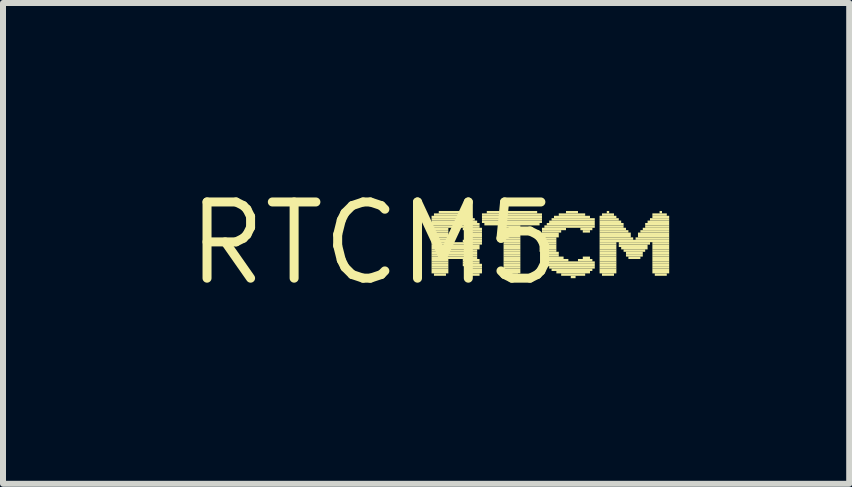
<source format=kicad_pcb>
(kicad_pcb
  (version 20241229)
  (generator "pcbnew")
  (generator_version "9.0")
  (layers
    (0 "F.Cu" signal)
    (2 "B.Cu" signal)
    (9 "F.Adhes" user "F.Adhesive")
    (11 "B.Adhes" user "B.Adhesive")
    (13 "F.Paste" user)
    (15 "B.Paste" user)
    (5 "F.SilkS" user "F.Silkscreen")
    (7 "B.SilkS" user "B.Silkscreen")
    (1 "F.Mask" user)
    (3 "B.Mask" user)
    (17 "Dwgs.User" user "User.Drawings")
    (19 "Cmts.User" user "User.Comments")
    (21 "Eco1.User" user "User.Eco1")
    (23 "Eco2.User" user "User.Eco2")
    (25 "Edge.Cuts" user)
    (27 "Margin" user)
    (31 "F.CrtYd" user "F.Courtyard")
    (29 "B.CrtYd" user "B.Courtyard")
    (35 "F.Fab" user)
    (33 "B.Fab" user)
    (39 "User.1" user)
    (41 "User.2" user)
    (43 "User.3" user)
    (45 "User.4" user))
  (footprint "RTCM5"
    (layer "F.Cu")
    (at 3.182 1.006)
    (property "Reference" "RTCM5" (at 0 0 0) (layer "F.SilkS") (effects (font (size 1.27 1.27) (thickness 0.15))))
    (attr through_hole)
    (fp_poly (pts (xy 0.96 -0.42) (xy 1.64 -0.42) (xy 1.64 -0.46) (xy 0.96 -0.46)) (stroke (width 0) (type solid)) (fill yes) (layer "F.SilkS"))
    (fp_poly (pts (xy 0.96 -0.38) (xy 1.68 -0.38) (xy 1.68 -0.42) (xy 0.96 -0.42)) (stroke (width 0) (type solid)) (fill yes) (layer "F.SilkS"))
    (fp_poly (pts (xy 0.96 -0.34) (xy 1.72 -0.34) (xy 1.72 -0.38) (xy 0.96 -0.38)) (stroke (width 0) (type solid)) (fill yes) (layer "F.SilkS"))
    (fp_poly (pts (xy 0.96 -0.3) (xy 1.76 -0.3) (xy 1.76 -0.34) (xy 0.96 -0.34)) (stroke (width 0) (type solid)) (fill yes) (layer "F.SilkS"))
    (fp_poly (pts (xy 0.96 -0.26) (xy 1.76 -0.26) (xy 1.76 -0.3) (xy 0.96 -0.3)) (stroke (width 0) (type solid)) (fill yes) (layer "F.SilkS"))
    (fp_poly (pts (xy 0.96 -0.22) (xy 1.24 -0.22) (xy 1.24 -0.26) (xy 0.96 -0.26)) (stroke (width 0) (type solid)) (fill yes) (layer "F.SilkS"))
    (fp_poly (pts (xy 0.96 -0.18) (xy 1.24 -0.18) (xy 1.24 -0.22) (xy 0.96 -0.22)) (stroke (width 0) (type solid)) (fill yes) (layer "F.SilkS"))
    (fp_poly (pts (xy 0.96 -0.14) (xy 1.24 -0.14) (xy 1.24 -0.18) (xy 0.96 -0.18)) (stroke (width 0) (type solid)) (fill yes) (layer "F.SilkS"))
    (fp_poly (pts (xy 0.96 -0.1) (xy 1.24 -0.1) (xy 1.24 -0.14) (xy 0.96 -0.14)) (stroke (width 0) (type solid)) (fill yes) (layer "F.SilkS"))
    (fp_poly (pts (xy 0.96 -0.06) (xy 1.24 -0.06) (xy 1.24 -0.1) (xy 0.96 -0.1)) (stroke (width 0) (type solid)) (fill yes) (layer "F.SilkS"))
    (fp_poly (pts (xy 0.96 -0.02) (xy 1.24 -0.02) (xy 1.24 -0.06) (xy 0.96 -0.06)) (stroke (width 0) (type solid)) (fill yes) (layer "F.SilkS"))
    (fp_poly (pts (xy 0.96 0.02) (xy 1.8 0.02) (xy 1.8 -0.02) (xy 0.96 -0.02)) (stroke (width 0) (type solid)) (fill yes) (layer "F.SilkS"))
    (fp_poly (pts (xy 0.96 0.06) (xy 1.76 0.06) (xy 1.76 0.02) (xy 0.96 0.02)) (stroke (width 0) (type solid)) (fill yes) (layer "F.SilkS"))
    (fp_poly (pts (xy 0.96 0.1) (xy 1.76 0.1) (xy 1.76 0.06) (xy 0.96 0.06)) (stroke (width 0) (type solid)) (fill yes) (layer "F.SilkS"))
    (fp_poly (pts (xy 0.96 0.14) (xy 1.72 0.14) (xy 1.72 0.1) (xy 0.96 0.1)) (stroke (width 0) (type solid)) (fill yes) (layer "F.SilkS"))
    (fp_poly (pts (xy 0.96 0.18) (xy 1.72 0.18) (xy 1.72 0.14) (xy 0.96 0.14)) (stroke (width 0) (type solid)) (fill yes) (layer "F.SilkS"))
    (fp_poly (pts (xy 0.96 0.22) (xy 1.72 0.22) (xy 1.72 0.18) (xy 0.96 0.18)) (stroke (width 0) (type solid)) (fill yes) (layer "F.SilkS"))
    (fp_poly (pts (xy 0.96 0.26) (xy 1.72 0.26) (xy 1.72 0.22) (xy 0.96 0.22)) (stroke (width 0) (type solid)) (fill yes) (layer "F.SilkS"))
    (fp_poly (pts (xy 0.96 0.3) (xy 1.24 0.3) (xy 1.24 0.26) (xy 0.96 0.26)) (stroke (width 0) (type solid)) (fill yes) (layer "F.SilkS"))
    (fp_poly (pts (xy 0.96 0.34) (xy 1.24 0.34) (xy 1.24 0.3) (xy 0.96 0.3)) (stroke (width 0) (type solid)) (fill yes) (layer "F.SilkS"))
    (fp_poly (pts (xy 0.96 0.38) (xy 1.24 0.38) (xy 1.24 0.34) (xy 0.96 0.34)) (stroke (width 0) (type solid)) (fill yes) (layer "F.SilkS"))
    (fp_poly (pts (xy 0.96 0.42) (xy 1.24 0.42) (xy 1.24 0.38) (xy 0.96 0.38)) (stroke (width 0) (type solid)) (fill yes) (layer "F.SilkS"))
    (fp_poly (pts (xy 0.96 0.46) (xy 1.24 0.46) (xy 1.24 0.42) (xy 0.96 0.42)) (stroke (width 0) (type solid)) (fill yes) (layer "F.SilkS"))
    (fp_poly (pts (xy 0.96 0.5) (xy 1.24 0.5) (xy 1.24 0.46) (xy 0.96 0.46)) (stroke (width 0) (type solid)) (fill yes) (layer "F.SilkS"))
    (fp_poly (pts (xy 1 -0.46) (xy 1.6 -0.46) (xy 1.6 -0.5) (xy 1 -0.5)) (stroke (width 0) (type solid)) (fill yes) (layer "F.SilkS"))
    (fp_poly (pts (xy 1 0.54) (xy 1.2 0.54) (xy 1.2 0.5) (xy 1 0.5)) (stroke (width 0) (type solid)) (fill yes) (layer "F.SilkS"))
    (fp_poly (pts (xy 1.08 -0.5) (xy 1.44 -0.5) (xy 1.44 -0.54) (xy 1.08 -0.54)) (stroke (width 0) (type solid)) (fill yes) (layer "F.SilkS"))
    (fp_poly (pts (xy 1.48 -0.22) (xy 1.8 -0.22) (xy 1.8 -0.26) (xy 1.48 -0.26)) (stroke (width 0) (type solid)) (fill yes) (layer "F.SilkS"))
    (fp_poly (pts (xy 1.48 -0.02) (xy 1.8 -0.02) (xy 1.8 -0.06) (xy 1.48 -0.06)) (stroke (width 0) (type solid)) (fill yes) (layer "F.SilkS"))
    (fp_poly (pts (xy 1.48 0.3) (xy 1.76 0.3) (xy 1.76 0.26) (xy 1.48 0.26)) (stroke (width 0) (type solid)) (fill yes) (layer "F.SilkS"))
    (fp_poly (pts (xy 1.48 0.34) (xy 1.76 0.34) (xy 1.76 0.3) (xy 1.48 0.3)) (stroke (width 0) (type solid)) (fill yes) (layer "F.SilkS"))
    (fp_poly (pts (xy 1.48 0.38) (xy 1.8 0.38) (xy 1.8 0.34) (xy 1.48 0.34)) (stroke (width 0) (type solid)) (fill yes) (layer "F.SilkS"))
    (fp_poly (pts (xy 1.52 -0.18) (xy 1.8 -0.18) (xy 1.8 -0.22) (xy 1.52 -0.22)) (stroke (width 0) (type solid)) (fill yes) (layer "F.SilkS"))
    (fp_poly (pts (xy 1.52 -0.14) (xy 1.8 -0.14) (xy 1.8 -0.18) (xy 1.52 -0.18)) (stroke (width 0) (type solid)) (fill yes) (layer "F.SilkS"))
    (fp_poly (pts (xy 1.52 -0.1) (xy 1.8 -0.1) (xy 1.8 -0.14) (xy 1.52 -0.14)) (stroke (width 0) (type solid)) (fill yes) (layer "F.SilkS"))
    (fp_poly (pts (xy 1.52 -0.06) (xy 1.8 -0.06) (xy 1.8 -0.1) (xy 1.52 -0.1)) (stroke (width 0) (type solid)) (fill yes) (layer "F.SilkS"))
    (fp_poly (pts (xy 1.52 0.42) (xy 1.8 0.42) (xy 1.8 0.38) (xy 1.52 0.38)) (stroke (width 0) (type solid)) (fill yes) (layer "F.SilkS"))
    (fp_poly (pts (xy 1.52 0.46) (xy 1.8 0.46) (xy 1.8 0.42) (xy 1.52 0.42)) (stroke (width 0) (type solid)) (fill yes) (layer "F.SilkS"))
    (fp_poly (pts (xy 1.56 0.5) (xy 1.8 0.5) (xy 1.8 0.46) (xy 1.56 0.46)) (stroke (width 0) (type solid)) (fill yes) (layer "F.SilkS"))
    (fp_poly (pts (xy 1.56 0.54) (xy 1.76 0.54) (xy 1.76 0.5) (xy 1.56 0.5)) (stroke (width 0) (type solid)) (fill yes) (layer "F.SilkS"))
    (fp_poly (pts (xy 1.8 -0.46) (xy 2.8 -0.46) (xy 2.8 -0.5) (xy 1.8 -0.5)) (stroke (width 0) (type solid)) (fill yes) (layer "F.SilkS"))
    (fp_poly (pts (xy 1.8 -0.42) (xy 2.8 -0.42) (xy 2.8 -0.46) (xy 1.8 -0.46)) (stroke (width 0) (type solid)) (fill yes) (layer "F.SilkS"))
    (fp_poly (pts (xy 1.8 -0.38) (xy 2.8 -0.38) (xy 2.8 -0.42) (xy 1.8 -0.42)) (stroke (width 0) (type solid)) (fill yes) (layer "F.SilkS"))
    (fp_poly (pts (xy 1.8 -0.34) (xy 2.8 -0.34) (xy 2.8 -0.38) (xy 1.8 -0.38)) (stroke (width 0) (type solid)) (fill yes) (layer "F.SilkS"))
    (fp_poly (pts (xy 1.84 -0.3) (xy 2.76 -0.3) (xy 2.76 -0.34) (xy 1.84 -0.34)) (stroke (width 0) (type solid)) (fill yes) (layer "F.SilkS"))
    (fp_poly (pts (xy 1.88 -0.5) (xy 2.72 -0.5) (xy 2.72 -0.54) (xy 1.88 -0.54)) (stroke (width 0) (type solid)) (fill yes) (layer "F.SilkS"))
    (fp_poly (pts (xy 2.16 -0.26) (xy 2.44 -0.26) (xy 2.44 -0.3) (xy 2.16 -0.3)) (stroke (width 0) (type solid)) (fill yes) (layer "F.SilkS"))
    (fp_poly (pts (xy 2.16 -0.22) (xy 2.44 -0.22) (xy 2.44 -0.26) (xy 2.16 -0.26)) (stroke (width 0) (type solid)) (fill yes) (layer "F.SilkS"))
    (fp_poly (pts (xy 2.16 -0.18) (xy 2.44 -0.18) (xy 2.44 -0.22) (xy 2.16 -0.22)) (stroke (width 0) (type solid)) (fill yes) (layer "F.SilkS"))
    (fp_poly (pts (xy 2.16 -0.14) (xy 2.44 -0.14) (xy 2.44 -0.18) (xy 2.16 -0.18)) (stroke (width 0) (type solid)) (fill yes) (layer "F.SilkS"))
    (fp_poly (pts (xy 2.16 -0.1) (xy 2.44 -0.1) (xy 2.44 -0.14) (xy 2.16 -0.14)) (stroke (width 0) (type solid)) (fill yes) (layer "F.SilkS"))
    (fp_poly (pts (xy 2.16 -0.06) (xy 2.44 -0.06) (xy 2.44 -0.1) (xy 2.16 -0.1)) (stroke (width 0) (type solid)) (fill yes) (layer "F.SilkS"))
    (fp_poly (pts (xy 2.16 -0.02) (xy 2.44 -0.02) (xy 2.44 -0.06) (xy 2.16 -0.06)) (stroke (width 0) (type solid)) (fill yes) (layer "F.SilkS"))
    (fp_poly (pts (xy 2.16 0.02) (xy 2.44 0.02) (xy 2.44 -0.02) (xy 2.16 -0.02)) (stroke (width 0) (type solid)) (fill yes) (layer "F.SilkS"))
    (fp_poly (pts (xy 2.16 0.06) (xy 2.44 0.06) (xy 2.44 0.02) (xy 2.16 0.02)) (stroke (width 0) (type solid)) (fill yes) (layer "F.SilkS"))
    (fp_poly (pts (xy 2.16 0.1) (xy 2.44 0.1) (xy 2.44 0.06) (xy 2.16 0.06)) (stroke (width 0) (type solid)) (fill yes) (layer "F.SilkS"))
    (fp_poly (pts (xy 2.16 0.14) (xy 2.44 0.14) (xy 2.44 0.1) (xy 2.16 0.1)) (stroke (width 0) (type solid)) (fill yes) (layer "F.SilkS"))
    (fp_poly (pts (xy 2.16 0.18) (xy 2.44 0.18) (xy 2.44 0.14) (xy 2.16 0.14)) (stroke (width 0) (type solid)) (fill yes) (layer "F.SilkS"))
    (fp_poly (pts (xy 2.16 0.22) (xy 2.44 0.22) (xy 2.44 0.18) (xy 2.16 0.18)) (stroke (width 0) (type solid)) (fill yes) (layer "F.SilkS"))
    (fp_poly (pts (xy 2.16 0.26) (xy 2.44 0.26) (xy 2.44 0.22) (xy 2.16 0.22)) (stroke (width 0) (type solid)) (fill yes) (layer "F.SilkS"))
    (fp_poly (pts (xy 2.16 0.3) (xy 2.44 0.3) (xy 2.44 0.26) (xy 2.16 0.26)) (stroke (width 0) (type solid)) (fill yes) (layer "F.SilkS"))
    (fp_poly (pts (xy 2.16 0.34) (xy 2.44 0.34) (xy 2.44 0.3) (xy 2.16 0.3)) (stroke (width 0) (type solid)) (fill yes) (layer "F.SilkS"))
    (fp_poly (pts (xy 2.16 0.38) (xy 2.44 0.38) (xy 2.44 0.34) (xy 2.16 0.34)) (stroke (width 0) (type solid)) (fill yes) (layer "F.SilkS"))
    (fp_poly (pts (xy 2.16 0.42) (xy 2.44 0.42) (xy 2.44 0.38) (xy 2.16 0.38)) (stroke (width 0) (type solid)) (fill yes) (layer "F.SilkS"))
    (fp_poly (pts (xy 2.16 0.46) (xy 2.44 0.46) (xy 2.44 0.42) (xy 2.16 0.42)) (stroke (width 0) (type solid)) (fill yes) (layer "F.SilkS"))
    (fp_poly (pts (xy 2.16 0.5) (xy 2.44 0.5) (xy 2.44 0.46) (xy 2.16 0.46)) (stroke (width 0) (type solid)) (fill yes) (layer "F.SilkS"))
    (fp_poly (pts (xy 2.2 0.54) (xy 2.4 0.54) (xy 2.4 0.5) (xy 2.2 0.5)) (stroke (width 0) (type solid)) (fill yes) (layer "F.SilkS"))
    (fp_poly (pts (xy 2.76 -0.1) (xy 3.08 -0.1) (xy 3.08 -0.14) (xy 2.76 -0.14)) (stroke (width 0) (type solid)) (fill yes) (layer "F.SilkS"))
    (fp_poly (pts (xy 2.76 -0.06) (xy 3.04 -0.06) (xy 3.04 -0.1) (xy 2.76 -0.1)) (stroke (width 0) (type solid)) (fill yes) (layer "F.SilkS"))
    (fp_poly (pts (xy 2.76 -0.02) (xy 3.04 -0.02) (xy 3.04 -0.06) (xy 2.76 -0.06)) (stroke (width 0) (type solid)) (fill yes) (layer "F.SilkS"))
    (fp_poly (pts (xy 2.76 0.02) (xy 3.04 0.02) (xy 3.04 -0.02) (xy 2.76 -0.02)) (stroke (width 0) (type solid)) (fill yes) (layer "F.SilkS"))
    (fp_poly (pts (xy 2.76 0.06) (xy 3.04 0.06) (xy 3.04 0.02) (xy 2.76 0.02)) (stroke (width 0) (type solid)) (fill yes) (layer "F.SilkS"))
    (fp_poly (pts (xy 2.76 0.1) (xy 3.04 0.1) (xy 3.04 0.06) (xy 2.76 0.06)) (stroke (width 0) (type solid)) (fill yes) (layer "F.SilkS"))
    (fp_poly (pts (xy 2.76 0.14) (xy 3.04 0.14) (xy 3.04 0.1) (xy 2.76 0.1)) (stroke (width 0) (type solid)) (fill yes) (layer "F.SilkS"))
    (fp_poly (pts (xy 2.8 -0.22) (xy 3.2 -0.22) (xy 3.2 -0.26) (xy 2.8 -0.26)) (stroke (width 0) (type solid)) (fill yes) (layer "F.SilkS"))
    (fp_poly (pts (xy 2.8 -0.18) (xy 3.12 -0.18) (xy 3.12 -0.22) (xy 2.8 -0.22)) (stroke (width 0) (type solid)) (fill yes) (layer "F.SilkS"))
    (fp_poly (pts (xy 2.8 -0.14) (xy 3.08 -0.14) (xy 3.08 -0.18) (xy 2.8 -0.18)) (stroke (width 0) (type solid)) (fill yes) (layer "F.SilkS"))
    (fp_poly (pts (xy 2.8 0.18) (xy 3.08 0.18) (xy 3.08 0.14) (xy 2.8 0.14)) (stroke (width 0) (type solid)) (fill yes) (layer "F.SilkS"))
    (fp_poly (pts (xy 2.8 0.22) (xy 3.08 0.22) (xy 3.08 0.18) (xy 2.8 0.18)) (stroke (width 0) (type solid)) (fill yes) (layer "F.SilkS"))
    (fp_poly (pts (xy 2.8 0.26) (xy 3.16 0.26) (xy 3.16 0.22) (xy 2.8 0.22)) (stroke (width 0) (type solid)) (fill yes) (layer "F.SilkS"))
    (fp_poly (pts (xy 2.84 -0.26) (xy 3.68 -0.26) (xy 3.68 -0.3) (xy 2.84 -0.3)) (stroke (width 0) (type solid)) (fill yes) (layer "F.SilkS"))
    (fp_poly (pts (xy 2.84 0.3) (xy 3.24 0.3) (xy 3.24 0.26) (xy 2.84 0.26)) (stroke (width 0) (type solid)) (fill yes) (layer "F.SilkS"))
    (fp_poly (pts (xy 2.84 0.34) (xy 3.68 0.34) (xy 3.68 0.3) (xy 2.84 0.3)) (stroke (width 0) (type solid)) (fill yes) (layer "F.SilkS"))
    (fp_poly (pts (xy 2.88 -0.3) (xy 3.68 -0.3) (xy 3.68 -0.34) (xy 2.88 -0.34)) (stroke (width 0) (type solid)) (fill yes) (layer "F.SilkS"))
    (fp_poly (pts (xy 2.88 0.38) (xy 3.68 0.38) (xy 3.68 0.34) (xy 2.88 0.34)) (stroke (width 0) (type solid)) (fill yes) (layer "F.SilkS"))
    (fp_poly (pts (xy 2.92 -0.34) (xy 3.68 -0.34) (xy 3.68 -0.38) (xy 2.92 -0.38)) (stroke (width 0) (type solid)) (fill yes) (layer "F.SilkS"))
    (fp_poly (pts (xy 2.92 0.42) (xy 3.68 0.42) (xy 3.68 0.38) (xy 2.92 0.38)) (stroke (width 0) (type solid)) (fill yes) (layer "F.SilkS"))
    (fp_poly (pts (xy 2.96 -0.38) (xy 3.68 -0.38) (xy 3.68 -0.42) (xy 2.96 -0.42)) (stroke (width 0) (type solid)) (fill yes) (layer "F.SilkS"))
    (fp_poly (pts (xy 2.96 0.46) (xy 3.64 0.46) (xy 3.64 0.42) (xy 2.96 0.42)) (stroke (width 0) (type solid)) (fill yes) (layer "F.SilkS"))
    (fp_poly (pts (xy 3 -0.42) (xy 3.6 -0.42) (xy 3.6 -0.46) (xy 3 -0.46)) (stroke (width 0) (type solid)) (fill yes) (layer "F.SilkS"))
    (fp_poly (pts (xy 3.04 0.5) (xy 3.6 0.5) (xy 3.6 0.46) (xy 3.04 0.46)) (stroke (width 0) (type solid)) (fill yes) (layer "F.SilkS"))
    (fp_poly (pts (xy 3.08 -0.46) (xy 3.52 -0.46) (xy 3.52 -0.5) (xy 3.08 -0.5)) (stroke (width 0) (type solid)) (fill yes) (layer "F.SilkS"))
    (fp_poly (pts (xy 3.12 0.54) (xy 3.52 0.54) (xy 3.52 0.5) (xy 3.12 0.5)) (stroke (width 0) (type solid)) (fill yes) (layer "F.SilkS"))
    (fp_poly (pts (xy 3.2 -0.5) (xy 3.4 -0.5) (xy 3.4 -0.54) (xy 3.2 -0.54)) (stroke (width 0) (type solid)) (fill yes) (layer "F.SilkS"))
    (fp_poly (pts (xy 3.28 0.58) (xy 3.36 0.58) (xy 3.36 0.54) (xy 3.28 0.54)) (stroke (width 0) (type solid)) (fill yes) (layer "F.SilkS"))
    (fp_poly (pts (xy 3.4 0.3) (xy 3.64 0.3) (xy 3.64 0.26) (xy 3.4 0.26)) (stroke (width 0) (type solid)) (fill yes) (layer "F.SilkS"))
    (fp_poly (pts (xy 3.44 -0.22) (xy 3.64 -0.22) (xy 3.64 -0.26) (xy 3.44 -0.26)) (stroke (width 0) (type solid)) (fill yes) (layer "F.SilkS"))
    (fp_poly (pts (xy 3.48 -0.18) (xy 3.6 -0.18) (xy 3.6 -0.22) (xy 3.48 -0.22)) (stroke (width 0) (type solid)) (fill yes) (layer "F.SilkS"))
    (fp_poly (pts (xy 3.48 0.26) (xy 3.6 0.26) (xy 3.6 0.22) (xy 3.48 0.22)) (stroke (width 0) (type solid)) (fill yes) (layer "F.SilkS"))
    (fp_poly (pts (xy 3.76 -0.42) (xy 4.04 -0.42) (xy 4.04 -0.46) (xy 3.76 -0.46)) (stroke (width 0) (type solid)) (fill yes) (layer "F.SilkS"))
    (fp_poly (pts (xy 3.76 -0.38) (xy 4.08 -0.38) (xy 4.08 -0.42) (xy 3.76 -0.42)) (stroke (width 0) (type solid)) (fill yes) (layer "F.SilkS"))
    (fp_poly (pts (xy 3.76 -0.34) (xy 4.12 -0.34) (xy 4.12 -0.38) (xy 3.76 -0.38)) (stroke (width 0) (type solid)) (fill yes) (layer "F.SilkS"))
    (fp_poly (pts (xy 3.76 -0.3) (xy 4.16 -0.3) (xy 4.16 -0.34) (xy 3.76 -0.34)) (stroke (width 0) (type solid)) (fill yes) (layer "F.SilkS"))
    (fp_poly (pts (xy 3.76 -0.26) (xy 4.16 -0.26) (xy 4.16 -0.3) (xy 3.76 -0.3)) (stroke (width 0) (type solid)) (fill yes) (layer "F.SilkS"))
    (fp_poly (pts (xy 3.76 -0.22) (xy 4.2 -0.22) (xy 4.2 -0.26) (xy 3.76 -0.26)) (stroke (width 0) (type solid)) (fill yes) (layer "F.SilkS"))
    (fp_poly (pts (xy 3.76 -0.18) (xy 4.24 -0.18) (xy 4.24 -0.22) (xy 3.76 -0.22)) (stroke (width 0) (type solid)) (fill yes) (layer "F.SilkS"))
    (fp_poly (pts (xy 3.76 -0.14) (xy 4.28 -0.14) (xy 4.28 -0.18) (xy 3.76 -0.18)) (stroke (width 0) (type solid)) (fill yes) (layer "F.SilkS"))
    (fp_poly (pts (xy 3.76 -0.1) (xy 4.28 -0.1) (xy 4.28 -0.14) (xy 3.76 -0.14)) (stroke (width 0) (type solid)) (fill yes) (layer "F.SilkS"))
    (fp_poly (pts (xy 3.76 -0.06) (xy 4.32 -0.06) (xy 4.32 -0.1) (xy 3.76 -0.1)) (stroke (width 0) (type solid)) (fill yes) (layer "F.SilkS"))
    (fp_poly (pts (xy 3.76 -0.02) (xy 4.92 -0.02) (xy 4.92 -0.06) (xy 3.76 -0.06)) (stroke (width 0) (type solid)) (fill yes) (layer "F.SilkS"))
    (fp_poly (pts (xy 3.76 0.02) (xy 4.04 0.02) (xy 4.04 -0.02) (xy 3.76 -0.02)) (stroke (width 0) (type solid)) (fill yes) (layer "F.SilkS"))
    (fp_poly (pts (xy 3.76 0.06) (xy 4.04 0.06) (xy 4.04 0.02) (xy 3.76 0.02)) (stroke (width 0) (type solid)) (fill yes) (layer "F.SilkS"))
    (fp_poly (pts (xy 3.76 0.1) (xy 4.04 0.1) (xy 4.04 0.06) (xy 3.76 0.06)) (stroke (width 0) (type solid)) (fill yes) (layer "F.SilkS"))
    (fp_poly (pts (xy 3.76 0.14) (xy 4.04 0.14) (xy 4.04 0.1) (xy 3.76 0.1)) (stroke (width 0) (type solid)) (fill yes) (layer "F.SilkS"))
    (fp_poly (pts (xy 3.76 0.18) (xy 4.04 0.18) (xy 4.04 0.14) (xy 3.76 0.14)) (stroke (width 0) (type solid)) (fill yes) (layer "F.SilkS"))
    (fp_poly (pts (xy 3.76 0.22) (xy 4.04 0.22) (xy 4.04 0.18) (xy 3.76 0.18)) (stroke (width 0) (type solid)) (fill yes) (layer "F.SilkS"))
    (fp_poly (pts (xy 3.76 0.26) (xy 4.04 0.26) (xy 4.04 0.22) (xy 3.76 0.22)) (stroke (width 0) (type solid)) (fill yes) (layer "F.SilkS"))
    (fp_poly (pts (xy 3.76 0.3) (xy 4.04 0.3) (xy 4.04 0.26) (xy 3.76 0.26)) (stroke (width 0) (type solid)) (fill yes) (layer "F.SilkS"))
    (fp_poly (pts (xy 3.76 0.34) (xy 4.04 0.34) (xy 4.04 0.3) (xy 3.76 0.3)) (stroke (width 0) (type solid)) (fill yes) (layer "F.SilkS"))
    (fp_poly (pts (xy 3.76 0.38) (xy 4.04 0.38) (xy 4.04 0.34) (xy 3.76 0.34)) (stroke (width 0) (type solid)) (fill yes) (layer "F.SilkS"))
    (fp_poly (pts (xy 3.76 0.42) (xy 4.04 0.42) (xy 4.04 0.38) (xy 3.76 0.38)) (stroke (width 0) (type solid)) (fill yes) (layer "F.SilkS"))
    (fp_poly (pts (xy 3.76 0.46) (xy 4.04 0.46) (xy 4.04 0.42) (xy 3.76 0.42)) (stroke (width 0) (type solid)) (fill yes) (layer "F.SilkS"))
    (fp_poly (pts (xy 3.76 0.5) (xy 4.04 0.5) (xy 4.04 0.46) (xy 3.76 0.46)) (stroke (width 0) (type solid)) (fill yes) (layer "F.SilkS"))
    (fp_poly (pts (xy 3.8 -0.46) (xy 4 -0.46) (xy 4 -0.5) (xy 3.8 -0.5)) (stroke (width 0) (type solid)) (fill yes) (layer "F.SilkS"))
    (fp_poly (pts (xy 3.8 0.54) (xy 4 0.54) (xy 4 0.5) (xy 3.8 0.5)) (stroke (width 0) (type solid)) (fill yes) (layer "F.SilkS"))
    (fp_poly (pts (xy 3.88 -0.5) (xy 3.92 -0.5) (xy 3.92 -0.54) (xy 3.88 -0.54)) (stroke (width 0) (type solid)) (fill yes) (layer "F.SilkS"))
    (fp_poly (pts (xy 4.08 0.02) (xy 4.6 0.02) (xy 4.6 -0.02) (xy 4.08 -0.02)) (stroke (width 0) (type solid)) (fill yes) (layer "F.SilkS"))
    (fp_poly (pts (xy 4.08 0.06) (xy 4.56 0.06) (xy 4.56 0.02) (xy 4.08 0.02)) (stroke (width 0) (type solid)) (fill yes) (layer "F.SilkS"))
    (fp_poly (pts (xy 4.12 0.1) (xy 4.56 0.1) (xy 4.56 0.06) (xy 4.12 0.06)) (stroke (width 0) (type solid)) (fill yes) (layer "F.SilkS"))
    (fp_poly (pts (xy 4.16 0.14) (xy 4.52 0.14) (xy 4.52 0.1) (xy 4.16 0.1)) (stroke (width 0) (type solid)) (fill yes) (layer "F.SilkS"))
    (fp_poly (pts (xy 4.2 0.18) (xy 4.48 0.18) (xy 4.48 0.14) (xy 4.2 0.14)) (stroke (width 0) (type solid)) (fill yes) (layer "F.SilkS"))
    (fp_poly (pts (xy 4.2 0.22) (xy 4.48 0.22) (xy 4.48 0.18) (xy 4.2 0.18)) (stroke (width 0) (type solid)) (fill yes) (layer "F.SilkS"))
    (fp_poly (pts (xy 4.24 0.26) (xy 4.44 0.26) (xy 4.44 0.22) (xy 4.24 0.22)) (stroke (width 0) (type solid)) (fill yes) (layer "F.SilkS"))
    (fp_poly (pts (xy 4.36 -0.06) (xy 4.92 -0.06) (xy 4.92 -0.1) (xy 4.36 -0.1)) (stroke (width 0) (type solid)) (fill yes) (layer "F.SilkS"))
    (fp_poly (pts (xy 4.4 -0.14) (xy 4.92 -0.14) (xy 4.92 -0.18) (xy 4.4 -0.18)) (stroke (width 0) (type solid)) (fill yes) (layer "F.SilkS"))
    (fp_poly (pts (xy 4.4 -0.1) (xy 4.92 -0.1) (xy 4.92 -0.14) (xy 4.4 -0.14)) (stroke (width 0) (type solid)) (fill yes) (layer "F.SilkS"))
    (fp_poly (pts (xy 4.44 -0.18) (xy 4.92 -0.18) (xy 4.92 -0.22) (xy 4.44 -0.22)) (stroke (width 0) (type solid)) (fill yes) (layer "F.SilkS"))
    (fp_poly (pts (xy 4.48 -0.22) (xy 4.92 -0.22) (xy 4.92 -0.26) (xy 4.48 -0.26)) (stroke (width 0) (type solid)) (fill yes) (layer "F.SilkS"))
    (fp_poly (pts (xy 4.52 -0.3) (xy 4.92 -0.3) (xy 4.92 -0.34) (xy 4.52 -0.34)) (stroke (width 0) (type solid)) (fill yes) (layer "F.SilkS"))
    (fp_poly (pts (xy 4.52 -0.26) (xy 4.92 -0.26) (xy 4.92 -0.3) (xy 4.52 -0.3)) (stroke (width 0) (type solid)) (fill yes) (layer "F.SilkS"))
    (fp_poly (pts (xy 4.56 -0.34) (xy 4.92 -0.34) (xy 4.92 -0.38) (xy 4.56 -0.38)) (stroke (width 0) (type solid)) (fill yes) (layer "F.SilkS"))
    (fp_poly (pts (xy 4.6 -0.38) (xy 4.92 -0.38) (xy 4.92 -0.42) (xy 4.6 -0.42)) (stroke (width 0) (type solid)) (fill yes) (layer "F.SilkS"))
    (fp_poly (pts (xy 4.64 -0.46) (xy 4.88 -0.46) (xy 4.88 -0.5) (xy 4.64 -0.5)) (stroke (width 0) (type solid)) (fill yes) (layer "F.SilkS"))
    (fp_poly (pts (xy 4.64 -0.42) (xy 4.92 -0.42) (xy 4.92 -0.46) (xy 4.64 -0.46)) (stroke (width 0) (type solid)) (fill yes) (layer "F.SilkS"))
    (fp_poly (pts (xy 4.64 0.02) (xy 4.92 0.02) (xy 4.92 -0.02) (xy 4.64 -0.02)) (stroke (width 0) (type solid)) (fill yes) (layer "F.SilkS"))
    (fp_poly (pts (xy 4.64 0.06) (xy 4.92 0.06) (xy 4.92 0.02) (xy 4.64 0.02)) (stroke (width 0) (type solid)) (fill yes) (layer "F.SilkS"))
    (fp_poly (pts (xy 4.64 0.1) (xy 4.92 0.1) (xy 4.92 0.06) (xy 4.64 0.06)) (stroke (width 0) (type solid)) (fill yes) (layer "F.SilkS"))
    (fp_poly (pts (xy 4.64 0.14) (xy 4.92 0.14) (xy 4.92 0.1) (xy 4.64 0.1)) (stroke (width 0) (type solid)) (fill yes) (layer "F.SilkS"))
    (fp_poly (pts (xy 4.64 0.18) (xy 4.92 0.18) (xy 4.92 0.14) (xy 4.64 0.14)) (stroke (width 0) (type solid)) (fill yes) (layer "F.SilkS"))
    (fp_poly (pts (xy 4.64 0.22) (xy 4.92 0.22) (xy 4.92 0.18) (xy 4.64 0.18)) (stroke (width 0) (type solid)) (fill yes) (layer "F.SilkS"))
    (fp_poly (pts (xy 4.64 0.26) (xy 4.92 0.26) (xy 4.92 0.22) (xy 4.64 0.22)) (stroke (width 0) (type solid)) (fill yes) (layer "F.SilkS"))
    (fp_poly (pts (xy 4.64 0.3) (xy 4.92 0.3) (xy 4.92 0.26) (xy 4.64 0.26)) (stroke (width 0) (type solid)) (fill yes) (layer "F.SilkS"))
    (fp_poly (pts (xy 4.64 0.34) (xy 4.92 0.34) (xy 4.92 0.3) (xy 4.64 0.3)) (stroke (width 0) (type solid)) (fill yes) (layer "F.SilkS"))
    (fp_poly (pts (xy 4.64 0.38) (xy 4.92 0.38) (xy 4.92 0.34) (xy 4.64 0.34)) (stroke (width 0) (type solid)) (fill yes) (layer "F.SilkS"))
    (fp_poly (pts (xy 4.64 0.42) (xy 4.92 0.42) (xy 4.92 0.38) (xy 4.64 0.38)) (stroke (width 0) (type solid)) (fill yes) (layer "F.SilkS"))
    (fp_poly (pts (xy 4.64 0.46) (xy 4.92 0.46) (xy 4.92 0.42) (xy 4.64 0.42)) (stroke (width 0) (type solid)) (fill yes) (layer "F.SilkS"))
    (fp_poly (pts (xy 4.64 0.5) (xy 4.92 0.5) (xy 4.92 0.46) (xy 4.64 0.46)) (stroke (width 0) (type solid)) (fill yes) (layer "F.SilkS"))
    (fp_poly (pts (xy 4.68 0.54) (xy 4.88 0.54) (xy 4.88 0.5) (xy 4.68 0.5)) (stroke (width 0) (type solid)) (fill yes) (layer "F.SilkS"))
    (fp_poly (pts (xy 4.76 -0.5) (xy 4.8 -0.5) (xy 4.8 -0.54) (xy 4.76 -0.54)) (stroke (width 0) (type solid)) (fill yes) (layer "F.SilkS")))
  (gr_rect
    (start -3 -3)
    (end 11.102 5.012)
    (stroke (width 0.1) (type default))
    (fill no)
    (layer "Edge.Cuts")))
</source>
